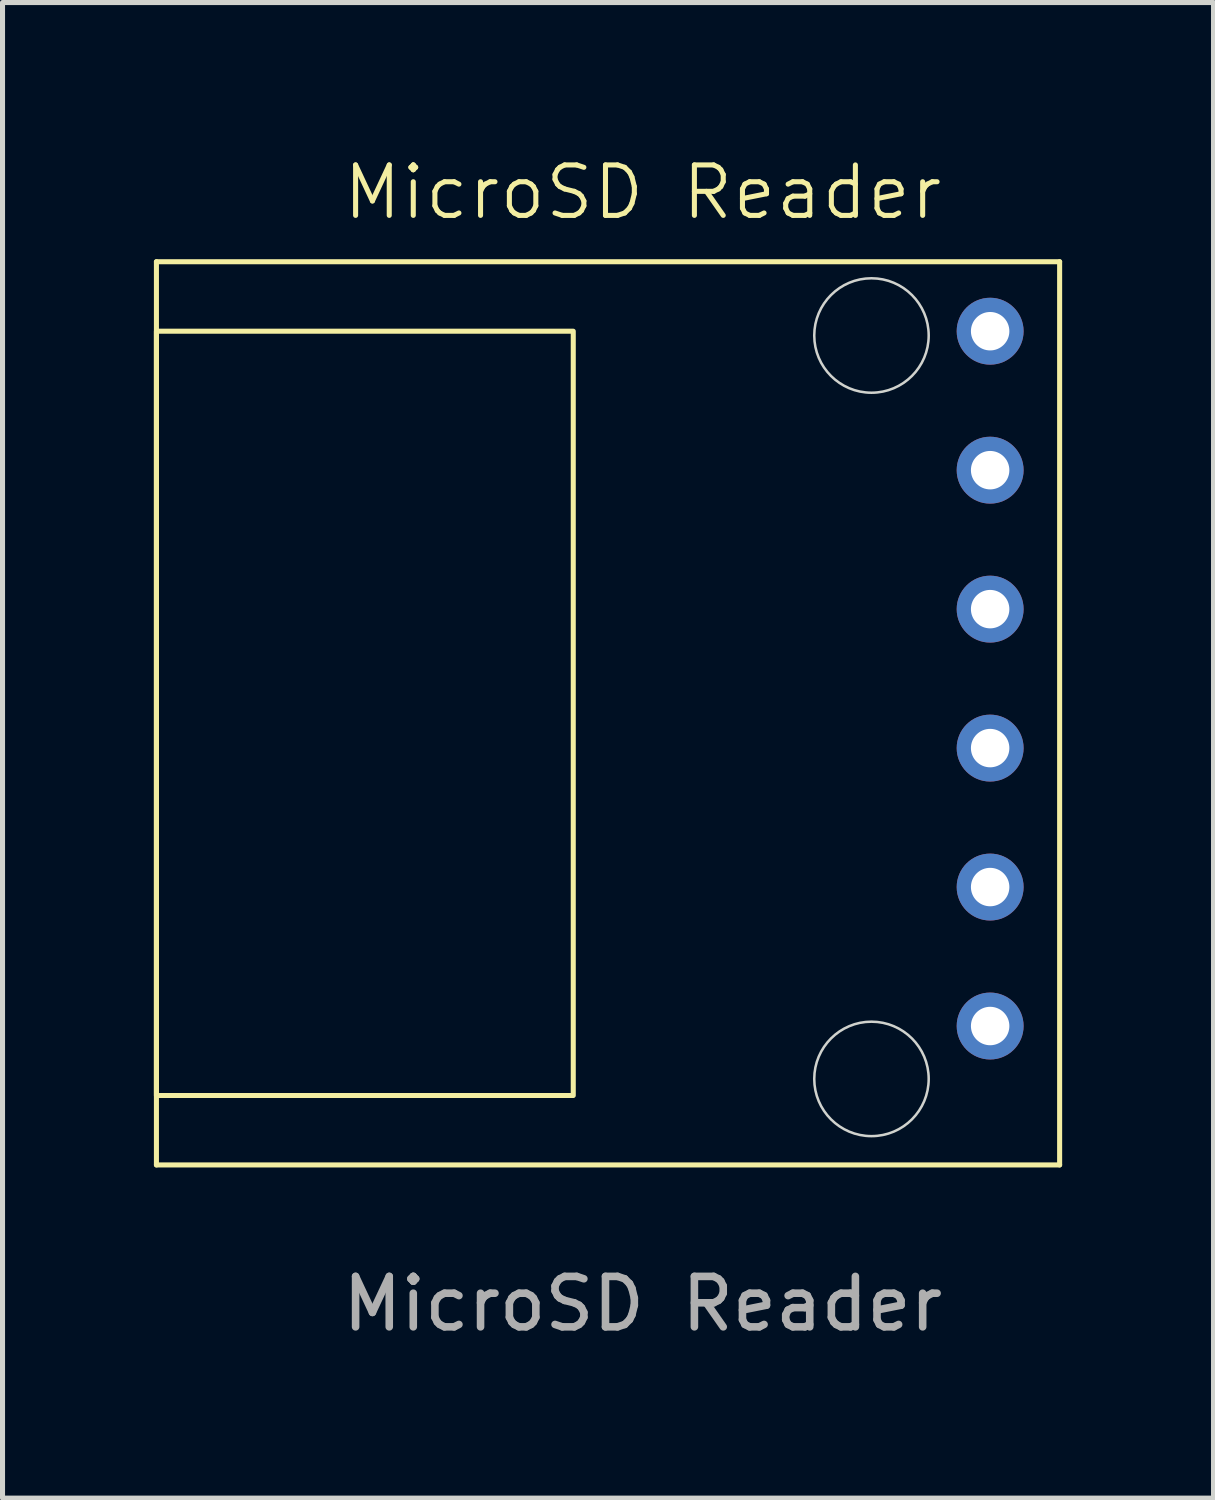
<source format=kicad_pcb>
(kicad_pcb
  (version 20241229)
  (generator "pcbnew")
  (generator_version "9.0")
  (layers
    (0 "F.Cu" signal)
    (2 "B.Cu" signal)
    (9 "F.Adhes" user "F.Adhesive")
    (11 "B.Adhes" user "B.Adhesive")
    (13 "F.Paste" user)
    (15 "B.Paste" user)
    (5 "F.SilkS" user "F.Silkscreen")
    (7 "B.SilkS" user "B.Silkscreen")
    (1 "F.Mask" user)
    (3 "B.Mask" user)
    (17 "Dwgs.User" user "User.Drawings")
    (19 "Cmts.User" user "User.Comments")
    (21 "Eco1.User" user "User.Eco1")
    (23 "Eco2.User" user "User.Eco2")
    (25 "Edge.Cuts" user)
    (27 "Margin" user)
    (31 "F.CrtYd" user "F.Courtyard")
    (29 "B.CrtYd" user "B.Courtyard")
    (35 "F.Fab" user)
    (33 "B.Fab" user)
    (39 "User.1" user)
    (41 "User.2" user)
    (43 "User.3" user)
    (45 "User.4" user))
  (footprint "MicroSD Reader"
    (layer "F.Cu")
    (at 9.688 10.399)
    (property "Reference" "MicroSD Reader" (at 0 -9.638 0) (unlocked yes) (layer "F.SilkS") (effects (font (size 1 1) (thickness 0.1))))
    (attr through_hole)
    (fp_line (start -9.638 -8.262) (end 8.262 -8.262) (stroke (width 0.1) (type default)) (layer "F.SilkS"))
    (fp_line (start -9.638 9.638) (end -9.638 -8.262) (stroke (width 0.1) (type default)) (layer "F.SilkS"))
    (fp_line (start 8.262 -8.262) (end 8.262 9.638) (stroke (width 0.1) (type default)) (layer "F.SilkS"))
    (fp_line (start 8.262 9.638) (end -9.638 9.638) (stroke (width 0.1) (type default)) (layer "F.SilkS"))
    (fp_rect (start -9.638 -6.885) (end -1.377 8.262) (stroke (width 0.1) (type default)) (fill no) (layer "F.SilkS"))
    (fp_circle (center 4.533 -6.8) (end 5.667 -6.8) (stroke (width 0.05) (type default)) (fill no) (layer "Edge.Cuts"))
    (fp_circle (center 4.533 7.933) (end 5.667 7.933) (stroke (width 0.05) (type default)) (fill no) (layer "Edge.Cuts"))
    (fp_text user "${REFERENCE}" (at 0 12.392 0) (unlocked yes) (layer "F.Fab") (effects (font (size 1 1) (thickness 0.15))))
    (pad "CS" thru_hole circle (at 6.885 6.885) (size 1.326 1.326) (drill 0.762) (layers "*.Cu" "*.Mask"))
    (pad "GND" thru_hole circle (at 6.885 -6.885) (size 1.326 1.326) (drill 0.762) (layers "*.Cu" "*.Mask"))
    (pad "MISO" thru_hole circle (at 6.885 -1.377) (size 1.326 1.326) (drill 0.762) (layers "*.Cu" "*.Mask"))
    (pad "MOSI" thru_hole circle (at 6.885 1.377) (size 1.326 1.326) (drill 0.762) (layers "*.Cu" "*.Mask"))
    (pad "SCK" thru_hole circle (at 6.885 4.131) (size 1.326 1.326) (drill 0.762) (layers "*.Cu" "*.Mask"))
    (pad "VCC" thru_hole circle (at 6.885 -4.131) (size 1.326 1.326) (drill 0.762) (layers "*.Cu" "*.Mask")))
  (gr_rect
    (start -3 -3)
    (end 21 26.64)
    (stroke (width 0.1) (type default))
    (fill no)
    (layer "Edge.Cuts")))
</source>
